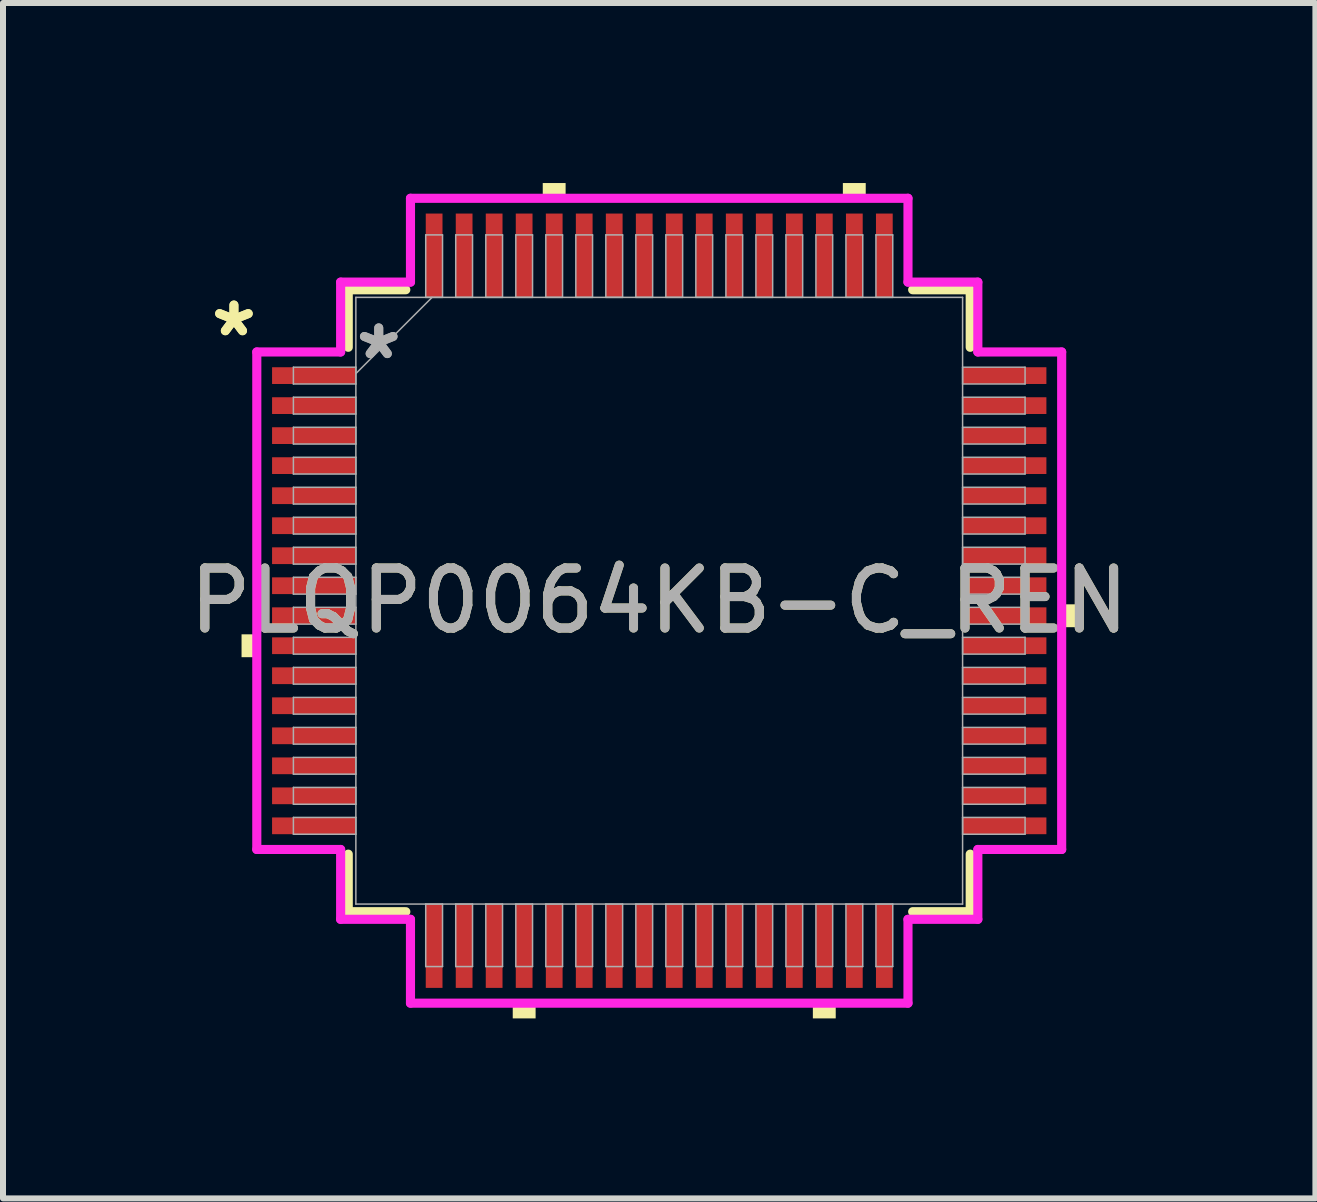
<source format=kicad_pcb>
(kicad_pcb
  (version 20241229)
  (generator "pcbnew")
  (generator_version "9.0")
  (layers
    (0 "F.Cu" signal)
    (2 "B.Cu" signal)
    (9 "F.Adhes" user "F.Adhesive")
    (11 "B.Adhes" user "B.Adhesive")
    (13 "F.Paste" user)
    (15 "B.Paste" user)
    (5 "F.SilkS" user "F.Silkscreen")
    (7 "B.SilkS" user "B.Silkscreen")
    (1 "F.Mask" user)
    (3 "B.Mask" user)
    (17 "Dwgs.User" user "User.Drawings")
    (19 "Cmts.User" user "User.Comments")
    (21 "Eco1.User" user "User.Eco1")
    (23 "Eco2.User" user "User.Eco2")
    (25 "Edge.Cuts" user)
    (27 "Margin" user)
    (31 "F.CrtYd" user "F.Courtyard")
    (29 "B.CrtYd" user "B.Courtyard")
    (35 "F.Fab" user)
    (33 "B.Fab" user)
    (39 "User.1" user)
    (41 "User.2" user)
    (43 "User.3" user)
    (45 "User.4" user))
  (footprint "PLQP0064KB-C_REN"
    (layer "F.Cu")
    (at 7.935 6.96)
    (property "Reference" "PLQP0064KB-C_REN" (at 0 0 0) (unlocked yes) (layer "F.SilkS") (effects (font (size 1 1) (thickness 0.15))))
    (attr smd)
    (fp_line (start -5.182 -5.182) (end -5.182 -4.223) (stroke (width 0.152) (type solid)) (layer "F.SilkS"))
    (fp_line (start -5.182 4.223) (end -5.182 5.182) (stroke (width 0.152) (type solid)) (layer "F.SilkS"))
    (fp_line (start -5.182 5.182) (end -4.223 5.182) (stroke (width 0.152) (type solid)) (layer "F.SilkS"))
    (fp_line (start -4.223 -5.182) (end -5.182 -5.182) (stroke (width 0.152) (type solid)) (layer "F.SilkS"))
    (fp_line (start 4.223 5.182) (end 5.182 5.182) (stroke (width 0.152) (type solid)) (layer "F.SilkS"))
    (fp_line (start 5.182 -5.182) (end 4.223 -5.182) (stroke (width 0.152) (type solid)) (layer "F.SilkS"))
    (fp_line (start 5.182 -4.223) (end 5.182 -5.182) (stroke (width 0.152) (type solid)) (layer "F.SilkS"))
    (fp_line (start 5.182 5.182) (end 5.182 4.223) (stroke (width 0.152) (type solid)) (layer "F.SilkS"))
    (fp_poly (pts (xy -6.96 0.56) (xy -6.96 0.941) (xy -6.706 0.941) (xy -6.706 0.56)) (stroke (width 0) (type solid)) (fill yes) (layer "F.SilkS"))
    (fp_poly (pts (xy -2.441 6.706) (xy -2.441 6.96) (xy -2.06 6.96) (xy -2.06 6.706)) (stroke (width 0) (type solid)) (fill yes) (layer "F.SilkS"))
    (fp_poly (pts (xy -1.941 -6.706) (xy -1.941 -6.96) (xy -1.56 -6.96) (xy -1.56 -6.706)) (stroke (width 0) (type solid)) (fill yes) (layer "F.SilkS"))
    (fp_poly (pts (xy 2.56 6.706) (xy 2.56 6.96) (xy 2.941 6.96) (xy 2.941 6.706)) (stroke (width 0) (type solid)) (fill yes) (layer "F.SilkS"))
    (fp_poly (pts (xy 3.06 -6.706) (xy 3.06 -6.96) (xy 3.441 -6.96) (xy 3.441 -6.706)) (stroke (width 0) (type solid)) (fill yes) (layer "F.SilkS"))
    (fp_poly (pts (xy 6.96 0.06) (xy 6.96 0.441) (xy 6.706 0.441) (xy 6.706 0.06)) (stroke (width 0) (type solid)) (fill yes) (layer "F.SilkS"))
    (fp_line (start -6.706 -4.145) (end -5.309 -4.145) (stroke (width 0.152) (type solid)) (layer "F.CrtYd"))
    (fp_line (start -6.706 4.145) (end -6.706 -4.145) (stroke (width 0.152) (type solid)) (layer "F.CrtYd"))
    (fp_line (start -5.309 -5.309) (end -4.145 -5.309) (stroke (width 0.152) (type solid)) (layer "F.CrtYd"))
    (fp_line (start -5.309 -4.145) (end -5.309 -5.309) (stroke (width 0.152) (type solid)) (layer "F.CrtYd"))
    (fp_line (start -5.309 4.145) (end -6.706 4.145) (stroke (width 0.152) (type solid)) (layer "F.CrtYd"))
    (fp_line (start -5.309 5.309) (end -5.309 4.145) (stroke (width 0.152) (type solid)) (layer "F.CrtYd"))
    (fp_line (start -5.309 5.309) (end -4.145 5.309) (stroke (width 0.152) (type solid)) (layer "F.CrtYd"))
    (fp_line (start -4.145 -6.706) (end 4.145 -6.706) (stroke (width 0.152) (type solid)) (layer "F.CrtYd"))
    (fp_line (start -4.145 -5.309) (end -4.145 -6.706) (stroke (width 0.152) (type solid)) (layer "F.CrtYd"))
    (fp_line (start -4.145 5.309) (end -4.145 6.706) (stroke (width 0.152) (type solid)) (layer "F.CrtYd"))
    (fp_line (start -4.145 6.706) (end 4.145 6.706) (stroke (width 0.152) (type solid)) (layer "F.CrtYd"))
    (fp_line (start 4.145 -6.706) (end 4.145 -5.309) (stroke (width 0.152) (type solid)) (layer "F.CrtYd"))
    (fp_line (start 4.145 -5.309) (end 5.309 -5.309) (stroke (width 0.152) (type solid)) (layer "F.CrtYd"))
    (fp_line (start 4.145 5.309) (end 5.309 5.309) (stroke (width 0.152) (type solid)) (layer "F.CrtYd"))
    (fp_line (start 4.145 6.706) (end 4.145 5.309) (stroke (width 0.152) (type solid)) (layer "F.CrtYd"))
    (fp_line (start 5.309 -4.145) (end 5.309 -5.309) (stroke (width 0.152) (type solid)) (layer "F.CrtYd"))
    (fp_line (start 5.309 4.145) (end 6.706 4.145) (stroke (width 0.152) (type solid)) (layer "F.CrtYd"))
    (fp_line (start 5.309 5.309) (end 5.309 4.145) (stroke (width 0.152) (type solid)) (layer "F.CrtYd"))
    (fp_line (start 6.706 -4.145) (end 5.309 -4.145) (stroke (width 0.152) (type solid)) (layer "F.CrtYd"))
    (fp_line (start 6.706 4.145) (end 6.706 -4.145) (stroke (width 0.152) (type solid)) (layer "F.CrtYd"))
    (fp_line (start -6.096 -3.891) (end -6.096 -3.611) (stroke (width 0.025) (type solid)) (layer "F.Fab"))
    (fp_line (start -6.096 -3.611) (end -5.055 -3.611) (stroke (width 0.025) (type solid)) (layer "F.Fab"))
    (fp_line (start -6.096 -3.391) (end -6.096 -3.111) (stroke (width 0.025) (type solid)) (layer "F.Fab"))
    (fp_line (start -6.096 -3.111) (end -5.055 -3.111) (stroke (width 0.025) (type solid)) (layer "F.Fab"))
    (fp_line (start -6.096 -2.89) (end -6.096 -2.611) (stroke (width 0.025) (type solid)) (layer "F.Fab"))
    (fp_line (start -6.096 -2.611) (end -5.055 -2.611) (stroke (width 0.025) (type solid)) (layer "F.Fab"))
    (fp_line (start -6.096 -2.39) (end -6.096 -2.111) (stroke (width 0.025) (type solid)) (layer "F.Fab"))
    (fp_line (start -6.096 -2.111) (end -5.055 -2.111) (stroke (width 0.025) (type solid)) (layer "F.Fab"))
    (fp_line (start -6.096 -1.89) (end -6.096 -1.611) (stroke (width 0.025) (type solid)) (layer "F.Fab"))
    (fp_line (start -6.096 -1.611) (end -5.055 -1.611) (stroke (width 0.025) (type solid)) (layer "F.Fab"))
    (fp_line (start -6.096 -1.39) (end -6.096 -1.111) (stroke (width 0.025) (type solid)) (layer "F.Fab"))
    (fp_line (start -6.096 -1.111) (end -5.055 -1.111) (stroke (width 0.025) (type solid)) (layer "F.Fab"))
    (fp_line (start -6.096 -0.89) (end -6.096 -0.61) (stroke (width 0.025) (type solid)) (layer "F.Fab"))
    (fp_line (start -6.096 -0.61) (end -5.055 -0.61) (stroke (width 0.025) (type solid)) (layer "F.Fab"))
    (fp_line (start -6.096 -0.39) (end -6.096 -0.11) (stroke (width 0.025) (type solid)) (layer "F.Fab"))
    (fp_line (start -6.096 -0.11) (end -5.055 -0.11) (stroke (width 0.025) (type solid)) (layer "F.Fab"))
    (fp_line (start -6.096 0.11) (end -6.096 0.39) (stroke (width 0.025) (type solid)) (layer "F.Fab"))
    (fp_line (start -6.096 0.39) (end -5.055 0.39) (stroke (width 0.025) (type solid)) (layer "F.Fab"))
    (fp_line (start -6.096 0.61) (end -6.096 0.89) (stroke (width 0.025) (type solid)) (layer "F.Fab"))
    (fp_line (start -6.096 0.89) (end -5.055 0.89) (stroke (width 0.025) (type solid)) (layer "F.Fab"))
    (fp_line (start -6.096 1.111) (end -6.096 1.39) (stroke (width 0.025) (type solid)) (layer "F.Fab"))
    (fp_line (start -6.096 1.39) (end -5.055 1.39) (stroke (width 0.025) (type solid)) (layer "F.Fab"))
    (fp_line (start -6.096 1.611) (end -6.096 1.89) (stroke (width 0.025) (type solid)) (layer "F.Fab"))
    (fp_line (start -6.096 1.89) (end -5.055 1.89) (stroke (width 0.025) (type solid)) (layer "F.Fab"))
    (fp_line (start -6.096 2.111) (end -6.096 2.39) (stroke (width 0.025) (type solid)) (layer "F.Fab"))
    (fp_line (start -6.096 2.39) (end -5.055 2.39) (stroke (width 0.025) (type solid)) (layer "F.Fab"))
    (fp_line (start -6.096 2.611) (end -6.096 2.89) (stroke (width 0.025) (type solid)) (layer "F.Fab"))
    (fp_line (start -6.096 2.89) (end -5.055 2.89) (stroke (width 0.025) (type solid)) (layer "F.Fab"))
    (fp_line (start -6.096 3.111) (end -6.096 3.391) (stroke (width 0.025) (type solid)) (layer "F.Fab"))
    (fp_line (start -6.096 3.391) (end -5.055 3.391) (stroke (width 0.025) (type solid)) (layer "F.Fab"))
    (fp_line (start -6.096 3.611) (end -6.096 3.891) (stroke (width 0.025) (type solid)) (layer "F.Fab"))
    (fp_line (start -6.096 3.891) (end -5.055 3.891) (stroke (width 0.025) (type solid)) (layer "F.Fab"))
    (fp_line (start -5.055 -5.055) (end -5.055 5.055) (stroke (width 0.025) (type solid)) (layer "F.Fab"))
    (fp_line (start -5.055 -3.891) (end -6.096 -3.891) (stroke (width 0.025) (type solid)) (layer "F.Fab"))
    (fp_line (start -5.055 -3.785) (end -3.785 -5.055) (stroke (width 0.025) (type solid)) (layer "F.Fab"))
    (fp_line (start -5.055 -3.611) (end -5.055 -3.891) (stroke (width 0.025) (type solid)) (layer "F.Fab"))
    (fp_line (start -5.055 -3.391) (end -6.096 -3.391) (stroke (width 0.025) (type solid)) (layer "F.Fab"))
    (fp_line (start -5.055 -3.111) (end -5.055 -3.391) (stroke (width 0.025) (type solid)) (layer "F.Fab"))
    (fp_line (start -5.055 -2.89) (end -6.096 -2.89) (stroke (width 0.025) (type solid)) (layer "F.Fab"))
    (fp_line (start -5.055 -2.611) (end -5.055 -2.89) (stroke (width 0.025) (type solid)) (layer "F.Fab"))
    (fp_line (start -5.055 -2.39) (end -6.096 -2.39) (stroke (width 0.025) (type solid)) (layer "F.Fab"))
    (fp_line (start -5.055 -2.111) (end -5.055 -2.39) (stroke (width 0.025) (type solid)) (layer "F.Fab"))
    (fp_line (start -5.055 -1.89) (end -6.096 -1.89) (stroke (width 0.025) (type solid)) (layer "F.Fab"))
    (fp_line (start -5.055 -1.611) (end -5.055 -1.89) (stroke (width 0.025) (type solid)) (layer "F.Fab"))
    (fp_line (start -5.055 -1.39) (end -6.096 -1.39) (stroke (width 0.025) (type solid)) (layer "F.Fab"))
    (fp_line (start -5.055 -1.111) (end -5.055 -1.39) (stroke (width 0.025) (type solid)) (layer "F.Fab"))
    (fp_line (start -5.055 -0.89) (end -6.096 -0.89) (stroke (width 0.025) (type solid)) (layer "F.Fab"))
    (fp_line (start -5.055 -0.61) (end -5.055 -0.89) (stroke (width 0.025) (type solid)) (layer "F.Fab"))
    (fp_line (start -5.055 -0.39) (end -6.096 -0.39) (stroke (width 0.025) (type solid)) (layer "F.Fab"))
    (fp_line (start -5.055 -0.11) (end -5.055 -0.39) (stroke (width 0.025) (type solid)) (layer "F.Fab"))
    (fp_line (start -5.055 0.11) (end -6.096 0.11) (stroke (width 0.025) (type solid)) (layer "F.Fab"))
    (fp_line (start -5.055 0.39) (end -5.055 0.11) (stroke (width 0.025) (type solid)) (layer "F.Fab"))
    (fp_line (start -5.055 0.61) (end -6.096 0.61) (stroke (width 0.025) (type solid)) (layer "F.Fab"))
    (fp_line (start -5.055 0.89) (end -5.055 0.61) (stroke (width 0.025) (type solid)) (layer "F.Fab"))
    (fp_line (start -5.055 1.111) (end -6.096 1.111) (stroke (width 0.025) (type solid)) (layer "F.Fab"))
    (fp_line (start -5.055 1.39) (end -5.055 1.111) (stroke (width 0.025) (type solid)) (layer "F.Fab"))
    (fp_line (start -5.055 1.611) (end -6.096 1.611) (stroke (width 0.025) (type solid)) (layer "F.Fab"))
    (fp_line (start -5.055 1.89) (end -5.055 1.611) (stroke (width 0.025) (type solid)) (layer "F.Fab"))
    (fp_line (start -5.055 2.111) (end -6.096 2.111) (stroke (width 0.025) (type solid)) (layer "F.Fab"))
    (fp_line (start -5.055 2.39) (end -5.055 2.111) (stroke (width 0.025) (type solid)) (layer "F.Fab"))
    (fp_line (start -5.055 2.611) (end -6.096 2.611) (stroke (width 0.025) (type solid)) (layer "F.Fab"))
    (fp_line (start -5.055 2.89) (end -5.055 2.611) (stroke (width 0.025) (type solid)) (layer "F.Fab"))
    (fp_line (start -5.055 3.111) (end -6.096 3.111) (stroke (width 0.025) (type solid)) (layer "F.Fab"))
    (fp_line (start -5.055 3.391) (end -5.055 3.111) (stroke (width 0.025) (type solid)) (layer "F.Fab"))
    (fp_line (start -5.055 3.611) (end -6.096 3.611) (stroke (width 0.025) (type solid)) (layer "F.Fab"))
    (fp_line (start -5.055 3.891) (end -5.055 3.611) (stroke (width 0.025) (type solid)) (layer "F.Fab"))
    (fp_line (start -5.055 5.055) (end 5.055 5.055) (stroke (width 0.025) (type solid)) (layer "F.Fab"))
    (fp_line (start -3.891 -6.096) (end -3.891 -5.055) (stroke (width 0.025) (type solid)) (layer "F.Fab"))
    (fp_line (start -3.891 -5.055) (end -3.611 -5.055) (stroke (width 0.025) (type solid)) (layer "F.Fab"))
    (fp_line (start -3.891 5.055) (end -3.891 6.096) (stroke (width 0.025) (type solid)) (layer "F.Fab"))
    (fp_line (start -3.891 6.096) (end -3.611 6.096) (stroke (width 0.025) (type solid)) (layer "F.Fab"))
    (fp_line (start -3.611 -6.096) (end -3.891 -6.096) (stroke (width 0.025) (type solid)) (layer "F.Fab"))
    (fp_line (start -3.611 -5.055) (end -3.611 -6.096) (stroke (width 0.025) (type solid)) (layer "F.Fab"))
    (fp_line (start -3.611 5.055) (end -3.891 5.055) (stroke (width 0.025) (type solid)) (layer "F.Fab"))
    (fp_line (start -3.611 6.096) (end -3.611 5.055) (stroke (width 0.025) (type solid)) (layer "F.Fab"))
    (fp_line (start -3.391 -6.096) (end -3.391 -5.055) (stroke (width 0.025) (type solid)) (layer "F.Fab"))
    (fp_line (start -3.391 -5.055) (end -3.111 -5.055) (stroke (width 0.025) (type solid)) (layer "F.Fab"))
    (fp_line (start -3.391 5.055) (end -3.391 6.096) (stroke (width 0.025) (type solid)) (layer "F.Fab"))
    (fp_line (start -3.391 6.096) (end -3.111 6.096) (stroke (width 0.025) (type solid)) (layer "F.Fab"))
    (fp_line (start -3.111 -6.096) (end -3.391 -6.096) (stroke (width 0.025) (type solid)) (layer "F.Fab"))
    (fp_line (start -3.111 -5.055) (end -3.111 -6.096) (stroke (width 0.025) (type solid)) (layer "F.Fab"))
    (fp_line (start -3.111 5.055) (end -3.391 5.055) (stroke (width 0.025) (type solid)) (layer "F.Fab"))
    (fp_line (start -3.111 6.096) (end -3.111 5.055) (stroke (width 0.025) (type solid)) (layer "F.Fab"))
    (fp_line (start -2.89 -6.096) (end -2.89 -5.055) (stroke (width 0.025) (type solid)) (layer "F.Fab"))
    (fp_line (start -2.89 -5.055) (end -2.611 -5.055) (stroke (width 0.025) (type solid)) (layer "F.Fab"))
    (fp_line (start -2.89 5.055) (end -2.89 6.096) (stroke (width 0.025) (type solid)) (layer "F.Fab"))
    (fp_line (start -2.89 6.096) (end -2.611 6.096) (stroke (width 0.025) (type solid)) (layer "F.Fab"))
    (fp_line (start -2.611 -6.096) (end -2.89 -6.096) (stroke (width 0.025) (type solid)) (layer "F.Fab"))
    (fp_line (start -2.611 -5.055) (end -2.611 -6.096) (stroke (width 0.025) (type solid)) (layer "F.Fab"))
    (fp_line (start -2.611 5.055) (end -2.89 5.055) (stroke (width 0.025) (type solid)) (layer "F.Fab"))
    (fp_line (start -2.611 6.096) (end -2.611 5.055) (stroke (width 0.025) (type solid)) (layer "F.Fab"))
    (fp_line (start -2.39 -6.096) (end -2.39 -5.055) (stroke (width 0.025) (type solid)) (layer "F.Fab"))
    (fp_line (start -2.39 -5.055) (end -2.111 -5.055) (stroke (width 0.025) (type solid)) (layer "F.Fab"))
    (fp_line (start -2.39 5.055) (end -2.39 6.096) (stroke (width 0.025) (type solid)) (layer "F.Fab"))
    (fp_line (start -2.39 6.096) (end -2.111 6.096) (stroke (width 0.025) (type solid)) (layer "F.Fab"))
    (fp_line (start -2.111 -6.096) (end -2.39 -6.096) (stroke (width 0.025) (type solid)) (layer "F.Fab"))
    (fp_line (start -2.111 -5.055) (end -2.111 -6.096) (stroke (width 0.025) (type solid)) (layer "F.Fab"))
    (fp_line (start -2.111 5.055) (end -2.39 5.055) (stroke (width 0.025) (type solid)) (layer "F.Fab"))
    (fp_line (start -2.111 6.096) (end -2.111 5.055) (stroke (width 0.025) (type solid)) (layer "F.Fab"))
    (fp_line (start -1.89 -6.096) (end -1.89 -5.055) (stroke (width 0.025) (type solid)) (layer "F.Fab"))
    (fp_line (start -1.89 -5.055) (end -1.611 -5.055) (stroke (width 0.025) (type solid)) (layer "F.Fab"))
    (fp_line (start -1.89 5.055) (end -1.89 6.096) (stroke (width 0.025) (type solid)) (layer "F.Fab"))
    (fp_line (start -1.89 6.096) (end -1.611 6.096) (stroke (width 0.025) (type solid)) (layer "F.Fab"))
    (fp_line (start -1.611 -6.096) (end -1.89 -6.096) (stroke (width 0.025) (type solid)) (layer "F.Fab"))
    (fp_line (start -1.611 -5.055) (end -1.611 -6.096) (stroke (width 0.025) (type solid)) (layer "F.Fab"))
    (fp_line (start -1.611 5.055) (end -1.89 5.055) (stroke (width 0.025) (type solid)) (layer "F.Fab"))
    (fp_line (start -1.611 6.096) (end -1.611 5.055) (stroke (width 0.025) (type solid)) (layer "F.Fab"))
    (fp_line (start -1.39 -6.096) (end -1.39 -5.055) (stroke (width 0.025) (type solid)) (layer "F.Fab"))
    (fp_line (start -1.39 -5.055) (end -1.111 -5.055) (stroke (width 0.025) (type solid)) (layer "F.Fab"))
    (fp_line (start -1.39 5.055) (end -1.39 6.096) (stroke (width 0.025) (type solid)) (layer "F.Fab"))
    (fp_line (start -1.39 6.096) (end -1.111 6.096) (stroke (width 0.025) (type solid)) (layer "F.Fab"))
    (fp_line (start -1.111 -6.096) (end -1.39 -6.096) (stroke (width 0.025) (type solid)) (layer "F.Fab"))
    (fp_line (start -1.111 -5.055) (end -1.111 -6.096) (stroke (width 0.025) (type solid)) (layer "F.Fab"))
    (fp_line (start -1.111 5.055) (end -1.39 5.055) (stroke (width 0.025) (type solid)) (layer "F.Fab"))
    (fp_line (start -1.111 6.096) (end -1.111 5.055) (stroke (width 0.025) (type solid)) (layer "F.Fab"))
    (fp_line (start -0.89 -6.096) (end -0.89 -5.055) (stroke (width 0.025) (type solid)) (layer "F.Fab"))
    (fp_line (start -0.89 -5.055) (end -0.61 -5.055) (stroke (width 0.025) (type solid)) (layer "F.Fab"))
    (fp_line (start -0.89 5.055) (end -0.89 6.096) (stroke (width 0.025) (type solid)) (layer "F.Fab"))
    (fp_line (start -0.89 6.096) (end -0.61 6.096) (stroke (width 0.025) (type solid)) (layer "F.Fab"))
    (fp_line (start -0.61 -6.096) (end -0.89 -6.096) (stroke (width 0.025) (type solid)) (layer "F.Fab"))
    (fp_line (start -0.61 -5.055) (end -0.61 -6.096) (stroke (width 0.025) (type solid)) (layer "F.Fab"))
    (fp_line (start -0.61 5.055) (end -0.89 5.055) (stroke (width 0.025) (type solid)) (layer "F.Fab"))
    (fp_line (start -0.61 6.096) (end -0.61 5.055) (stroke (width 0.025) (type solid)) (layer "F.Fab"))
    (fp_line (start -0.39 -6.096) (end -0.39 -5.055) (stroke (width 0.025) (type solid)) (layer "F.Fab"))
    (fp_line (start -0.39 -5.055) (end -0.11 -5.055) (stroke (width 0.025) (type solid)) (layer "F.Fab"))
    (fp_line (start -0.39 5.055) (end -0.39 6.096) (stroke (width 0.025) (type solid)) (layer "F.Fab"))
    (fp_line (start -0.39 6.096) (end -0.11 6.096) (stroke (width 0.025) (type solid)) (layer "F.Fab"))
    (fp_line (start -0.11 -6.096) (end -0.39 -6.096) (stroke (width 0.025) (type solid)) (layer "F.Fab"))
    (fp_line (start -0.11 -5.055) (end -0.11 -6.096) (stroke (width 0.025) (type solid)) (layer "F.Fab"))
    (fp_line (start -0.11 5.055) (end -0.39 5.055) (stroke (width 0.025) (type solid)) (layer "F.Fab"))
    (fp_line (start -0.11 6.096) (end -0.11 5.055) (stroke (width 0.025) (type solid)) (layer "F.Fab"))
    (fp_line (start 0.11 -6.096) (end 0.11 -5.055) (stroke (width 0.025) (type solid)) (layer "F.Fab"))
    (fp_line (start 0.11 -5.055) (end 0.39 -5.055) (stroke (width 0.025) (type solid)) (layer "F.Fab"))
    (fp_line (start 0.11 5.055) (end 0.11 6.096) (stroke (width 0.025) (type solid)) (layer "F.Fab"))
    (fp_line (start 0.11 6.096) (end 0.39 6.096) (stroke (width 0.025) (type solid)) (layer "F.Fab"))
    (fp_line (start 0.39 -6.096) (end 0.11 -6.096) (stroke (width 0.025) (type solid)) (layer "F.Fab"))
    (fp_line (start 0.39 -5.055) (end 0.39 -6.096) (stroke (width 0.025) (type solid)) (layer "F.Fab"))
    (fp_line (start 0.39 5.055) (end 0.11 5.055) (stroke (width 0.025) (type solid)) (layer "F.Fab"))
    (fp_line (start 0.39 6.096) (end 0.39 5.055) (stroke (width 0.025) (type solid)) (layer "F.Fab"))
    (fp_line (start 0.61 -6.096) (end 0.61 -5.055) (stroke (width 0.025) (type solid)) (layer "F.Fab"))
    (fp_line (start 0.61 -5.055) (end 0.89 -5.055) (stroke (width 0.025) (type solid)) (layer "F.Fab"))
    (fp_line (start 0.61 5.055) (end 0.61 6.096) (stroke (width 0.025) (type solid)) (layer "F.Fab"))
    (fp_line (start 0.61 6.096) (end 0.89 6.096) (stroke (width 0.025) (type solid)) (layer "F.Fab"))
    (fp_line (start 0.89 -6.096) (end 0.61 -6.096) (stroke (width 0.025) (type solid)) (layer "F.Fab"))
    (fp_line (start 0.89 -5.055) (end 0.89 -6.096) (stroke (width 0.025) (type solid)) (layer "F.Fab"))
    (fp_line (start 0.89 5.055) (end 0.61 5.055) (stroke (width 0.025) (type solid)) (layer "F.Fab"))
    (fp_line (start 0.89 6.096) (end 0.89 5.055) (stroke (width 0.025) (type solid)) (layer "F.Fab"))
    (fp_line (start 1.111 -6.096) (end 1.111 -5.055) (stroke (width 0.025) (type solid)) (layer "F.Fab"))
    (fp_line (start 1.111 -5.055) (end 1.39 -5.055) (stroke (width 0.025) (type solid)) (layer "F.Fab"))
    (fp_line (start 1.111 5.055) (end 1.111 6.096) (stroke (width 0.025) (type solid)) (layer "F.Fab"))
    (fp_line (start 1.111 6.096) (end 1.39 6.096) (stroke (width 0.025) (type solid)) (layer "F.Fab"))
    (fp_line (start 1.39 -6.096) (end 1.111 -6.096) (stroke (width 0.025) (type solid)) (layer "F.Fab"))
    (fp_line (start 1.39 -5.055) (end 1.39 -6.096) (stroke (width 0.025) (type solid)) (layer "F.Fab"))
    (fp_line (start 1.39 5.055) (end 1.111 5.055) (stroke (width 0.025) (type solid)) (layer "F.Fab"))
    (fp_line (start 1.39 6.096) (end 1.39 5.055) (stroke (width 0.025) (type solid)) (layer "F.Fab"))
    (fp_line (start 1.611 -6.096) (end 1.611 -5.055) (stroke (width 0.025) (type solid)) (layer "F.Fab"))
    (fp_line (start 1.611 -5.055) (end 1.89 -5.055) (stroke (width 0.025) (type solid)) (layer "F.Fab"))
    (fp_line (start 1.611 5.055) (end 1.611 6.096) (stroke (width 0.025) (type solid)) (layer "F.Fab"))
    (fp_line (start 1.611 6.096) (end 1.89 6.096) (stroke (width 0.025) (type solid)) (layer "F.Fab"))
    (fp_line (start 1.89 -6.096) (end 1.611 -6.096) (stroke (width 0.025) (type solid)) (layer "F.Fab"))
    (fp_line (start 1.89 -5.055) (end 1.89 -6.096) (stroke (width 0.025) (type solid)) (layer "F.Fab"))
    (fp_line (start 1.89 5.055) (end 1.611 5.055) (stroke (width 0.025) (type solid)) (layer "F.Fab"))
    (fp_line (start 1.89 6.096) (end 1.89 5.055) (stroke (width 0.025) (type solid)) (layer "F.Fab"))
    (fp_line (start 2.111 -6.096) (end 2.111 -5.055) (stroke (width 0.025) (type solid)) (layer "F.Fab"))
    (fp_line (start 2.111 -5.055) (end 2.39 -5.055) (stroke (width 0.025) (type solid)) (layer "F.Fab"))
    (fp_line (start 2.111 5.055) (end 2.111 6.096) (stroke (width 0.025) (type solid)) (layer "F.Fab"))
    (fp_line (start 2.111 6.096) (end 2.39 6.096) (stroke (width 0.025) (type solid)) (layer "F.Fab"))
    (fp_line (start 2.39 -6.096) (end 2.111 -6.096) (stroke (width 0.025) (type solid)) (layer "F.Fab"))
    (fp_line (start 2.39 -5.055) (end 2.39 -6.096) (stroke (width 0.025) (type solid)) (layer "F.Fab"))
    (fp_line (start 2.39 5.055) (end 2.111 5.055) (stroke (width 0.025) (type solid)) (layer "F.Fab"))
    (fp_line (start 2.39 6.096) (end 2.39 5.055) (stroke (width 0.025) (type solid)) (layer "F.Fab"))
    (fp_line (start 2.611 -6.096) (end 2.611 -5.055) (stroke (width 0.025) (type solid)) (layer "F.Fab"))
    (fp_line (start 2.611 -5.055) (end 2.89 -5.055) (stroke (width 0.025) (type solid)) (layer "F.Fab"))
    (fp_line (start 2.611 5.055) (end 2.611 6.096) (stroke (width 0.025) (type solid)) (layer "F.Fab"))
    (fp_line (start 2.611 6.096) (end 2.89 6.096) (stroke (width 0.025) (type solid)) (layer "F.Fab"))
    (fp_line (start 2.89 -6.096) (end 2.611 -6.096) (stroke (width 0.025) (type solid)) (layer "F.Fab"))
    (fp_line (start 2.89 -5.055) (end 2.89 -6.096) (stroke (width 0.025) (type solid)) (layer "F.Fab"))
    (fp_line (start 2.89 5.055) (end 2.611 5.055) (stroke (width 0.025) (type solid)) (layer "F.Fab"))
    (fp_line (start 2.89 6.096) (end 2.89 5.055) (stroke (width 0.025) (type solid)) (layer "F.Fab"))
    (fp_line (start 3.111 -6.096) (end 3.111 -5.055) (stroke (width 0.025) (type solid)) (layer "F.Fab"))
    (fp_line (start 3.111 -5.055) (end 3.391 -5.055) (stroke (width 0.025) (type solid)) (layer "F.Fab"))
    (fp_line (start 3.111 5.055) (end 3.111 6.096) (stroke (width 0.025) (type solid)) (layer "F.Fab"))
    (fp_line (start 3.111 6.096) (end 3.391 6.096) (stroke (width 0.025) (type solid)) (layer "F.Fab"))
    (fp_line (start 3.391 -6.096) (end 3.111 -6.096) (stroke (width 0.025) (type solid)) (layer "F.Fab"))
    (fp_line (start 3.391 -5.055) (end 3.391 -6.096) (stroke (width 0.025) (type solid)) (layer "F.Fab"))
    (fp_line (start 3.391 5.055) (end 3.111 5.055) (stroke (width 0.025) (type solid)) (layer "F.Fab"))
    (fp_line (start 3.391 6.096) (end 3.391 5.055) (stroke (width 0.025) (type solid)) (layer "F.Fab"))
    (fp_line (start 3.611 -6.096) (end 3.611 -5.055) (stroke (width 0.025) (type solid)) (layer "F.Fab"))
    (fp_line (start 3.611 -5.055) (end 3.891 -5.055) (stroke (width 0.025) (type solid)) (layer "F.Fab"))
    (fp_line (start 3.611 5.055) (end 3.611 6.096) (stroke (width 0.025) (type solid)) (layer "F.Fab"))
    (fp_line (start 3.611 6.096) (end 3.891 6.096) (stroke (width 0.025) (type solid)) (layer "F.Fab"))
    (fp_line (start 3.891 -6.096) (end 3.611 -6.096) (stroke (width 0.025) (type solid)) (layer "F.Fab"))
    (fp_line (start 3.891 -5.055) (end 3.891 -6.096) (stroke (width 0.025) (type solid)) (layer "F.Fab"))
    (fp_line (start 3.891 5.055) (end 3.611 5.055) (stroke (width 0.025) (type solid)) (layer "F.Fab"))
    (fp_line (start 3.891 6.096) (end 3.891 5.055) (stroke (width 0.025) (type solid)) (layer "F.Fab"))
    (fp_line (start 5.055 -5.055) (end -5.055 -5.055) (stroke (width 0.025) (type solid)) (layer "F.Fab"))
    (fp_line (start 5.055 -3.891) (end 5.055 -3.611) (stroke (width 0.025) (type solid)) (layer "F.Fab"))
    (fp_line (start 5.055 -3.611) (end 6.096 -3.611) (stroke (width 0.025) (type solid)) (layer "F.Fab"))
    (fp_line (start 5.055 -3.391) (end 5.055 -3.111) (stroke (width 0.025) (type solid)) (layer "F.Fab"))
    (fp_line (start 5.055 -3.111) (end 6.096 -3.111) (stroke (width 0.025) (type solid)) (layer "F.Fab"))
    (fp_line (start 5.055 -2.89) (end 5.055 -2.611) (stroke (width 0.025) (type solid)) (layer "F.Fab"))
    (fp_line (start 5.055 -2.611) (end 6.096 -2.611) (stroke (width 0.025) (type solid)) (layer "F.Fab"))
    (fp_line (start 5.055 -2.39) (end 5.055 -2.111) (stroke (width 0.025) (type solid)) (layer "F.Fab"))
    (fp_line (start 5.055 -2.111) (end 6.096 -2.111) (stroke (width 0.025) (type solid)) (layer "F.Fab"))
    (fp_line (start 5.055 -1.89) (end 5.055 -1.611) (stroke (width 0.025) (type solid)) (layer "F.Fab"))
    (fp_line (start 5.055 -1.611) (end 6.096 -1.611) (stroke (width 0.025) (type solid)) (layer "F.Fab"))
    (fp_line (start 5.055 -1.39) (end 5.055 -1.111) (stroke (width 0.025) (type solid)) (layer "F.Fab"))
    (fp_line (start 5.055 -1.111) (end 6.096 -1.111) (stroke (width 0.025) (type solid)) (layer "F.Fab"))
    (fp_line (start 5.055 -0.89) (end 5.055 -0.61) (stroke (width 0.025) (type solid)) (layer "F.Fab"))
    (fp_line (start 5.055 -0.61) (end 6.096 -0.61) (stroke (width 0.025) (type solid)) (layer "F.Fab"))
    (fp_line (start 5.055 -0.39) (end 5.055 -0.11) (stroke (width 0.025) (type solid)) (layer "F.Fab"))
    (fp_line (start 5.055 -0.11) (end 6.096 -0.11) (stroke (width 0.025) (type solid)) (layer "F.Fab"))
    (fp_line (start 5.055 0.11) (end 5.055 0.39) (stroke (width 0.025) (type solid)) (layer "F.Fab"))
    (fp_line (start 5.055 0.39) (end 6.096 0.39) (stroke (width 0.025) (type solid)) (layer "F.Fab"))
    (fp_line (start 5.055 0.61) (end 5.055 0.89) (stroke (width 0.025) (type solid)) (layer "F.Fab"))
    (fp_line (start 5.055 0.89) (end 6.096 0.89) (stroke (width 0.025) (type solid)) (layer "F.Fab"))
    (fp_line (start 5.055 1.111) (end 5.055 1.39) (stroke (width 0.025) (type solid)) (layer "F.Fab"))
    (fp_line (start 5.055 1.39) (end 6.096 1.39) (stroke (width 0.025) (type solid)) (layer "F.Fab"))
    (fp_line (start 5.055 1.611) (end 5.055 1.89) (stroke (width 0.025) (type solid)) (layer "F.Fab"))
    (fp_line (start 5.055 1.89) (end 6.096 1.89) (stroke (width 0.025) (type solid)) (layer "F.Fab"))
    (fp_line (start 5.055 2.111) (end 5.055 2.39) (stroke (width 0.025) (type solid)) (layer "F.Fab"))
    (fp_line (start 5.055 2.39) (end 6.096 2.39) (stroke (width 0.025) (type solid)) (layer "F.Fab"))
    (fp_line (start 5.055 2.611) (end 5.055 2.89) (stroke (width 0.025) (type solid)) (layer "F.Fab"))
    (fp_line (start 5.055 2.89) (end 6.096 2.89) (stroke (width 0.025) (type solid)) (layer "F.Fab"))
    (fp_line (start 5.055 3.111) (end 5.055 3.391) (stroke (width 0.025) (type solid)) (layer "F.Fab"))
    (fp_line (start 5.055 3.391) (end 6.096 3.391) (stroke (width 0.025) (type solid)) (layer "F.Fab"))
    (fp_line (start 5.055 3.611) (end 5.055 3.891) (stroke (width 0.025) (type solid)) (layer "F.Fab"))
    (fp_line (start 5.055 3.891) (end 6.096 3.891) (stroke (width 0.025) (type solid)) (layer "F.Fab"))
    (fp_line (start 5.055 5.055) (end 5.055 -5.055) (stroke (width 0.025) (type solid)) (layer "F.Fab"))
    (fp_line (start 6.096 -3.891) (end 5.055 -3.891) (stroke (width 0.025) (type solid)) (layer "F.Fab"))
    (fp_line (start 6.096 -3.611) (end 6.096 -3.891) (stroke (width 0.025) (type solid)) (layer "F.Fab"))
    (fp_line (start 6.096 -3.391) (end 5.055 -3.391) (stroke (width 0.025) (type solid)) (layer "F.Fab"))
    (fp_line (start 6.096 -3.111) (end 6.096 -3.391) (stroke (width 0.025) (type solid)) (layer "F.Fab"))
    (fp_line (start 6.096 -2.89) (end 5.055 -2.89) (stroke (width 0.025) (type solid)) (layer "F.Fab"))
    (fp_line (start 6.096 -2.611) (end 6.096 -2.89) (stroke (width 0.025) (type solid)) (layer "F.Fab"))
    (fp_line (start 6.096 -2.39) (end 5.055 -2.39) (stroke (width 0.025) (type solid)) (layer "F.Fab"))
    (fp_line (start 6.096 -2.111) (end 6.096 -2.39) (stroke (width 0.025) (type solid)) (layer "F.Fab"))
    (fp_line (start 6.096 -1.89) (end 5.055 -1.89) (stroke (width 0.025) (type solid)) (layer "F.Fab"))
    (fp_line (start 6.096 -1.611) (end 6.096 -1.89) (stroke (width 0.025) (type solid)) (layer "F.Fab"))
    (fp_line (start 6.096 -1.39) (end 5.055 -1.39) (stroke (width 0.025) (type solid)) (layer "F.Fab"))
    (fp_line (start 6.096 -1.111) (end 6.096 -1.39) (stroke (width 0.025) (type solid)) (layer "F.Fab"))
    (fp_line (start 6.096 -0.89) (end 5.055 -0.89) (stroke (width 0.025) (type solid)) (layer "F.Fab"))
    (fp_line (start 6.096 -0.61) (end 6.096 -0.89) (stroke (width 0.025) (type solid)) (layer "F.Fab"))
    (fp_line (start 6.096 -0.39) (end 5.055 -0.39) (stroke (width 0.025) (type solid)) (layer "F.Fab"))
    (fp_line (start 6.096 -0.11) (end 6.096 -0.39) (stroke (width 0.025) (type solid)) (layer "F.Fab"))
    (fp_line (start 6.096 0.11) (end 5.055 0.11) (stroke (width 0.025) (type solid)) (layer "F.Fab"))
    (fp_line (start 6.096 0.39) (end 6.096 0.11) (stroke (width 0.025) (type solid)) (layer "F.Fab"))
    (fp_line (start 6.096 0.61) (end 5.055 0.61) (stroke (width 0.025) (type solid)) (layer "F.Fab"))
    (fp_line (start 6.096 0.89) (end 6.096 0.61) (stroke (width 0.025) (type solid)) (layer "F.Fab"))
    (fp_line (start 6.096 1.111) (end 5.055 1.111) (stroke (width 0.025) (type solid)) (layer "F.Fab"))
    (fp_line (start 6.096 1.39) (end 6.096 1.111) (stroke (width 0.025) (type solid)) (layer "F.Fab"))
    (fp_line (start 6.096 1.611) (end 5.055 1.611) (stroke (width 0.025) (type solid)) (layer "F.Fab"))
    (fp_line (start 6.096 1.89) (end 6.096 1.611) (stroke (width 0.025) (type solid)) (layer "F.Fab"))
    (fp_line (start 6.096 2.111) (end 5.055 2.111) (stroke (width 0.025) (type solid)) (layer "F.Fab"))
    (fp_line (start 6.096 2.39) (end 6.096 2.111) (stroke (width 0.025) (type solid)) (layer "F.Fab"))
    (fp_line (start 6.096 2.611) (end 5.055 2.611) (stroke (width 0.025) (type solid)) (layer "F.Fab"))
    (fp_line (start 6.096 2.89) (end 6.096 2.611) (stroke (width 0.025) (type solid)) (layer "F.Fab"))
    (fp_line (start 6.096 3.111) (end 5.055 3.111) (stroke (width 0.025) (type solid)) (layer "F.Fab"))
    (fp_line (start 6.096 3.391) (end 6.096 3.111) (stroke (width 0.025) (type solid)) (layer "F.Fab"))
    (fp_line (start 6.096 3.611) (end 5.055 3.611) (stroke (width 0.025) (type solid)) (layer "F.Fab"))
    (fp_line (start 6.096 3.891) (end 6.096 3.611) (stroke (width 0.025) (type solid)) (layer "F.Fab"))
    (fp_text user "*" (at -7.087 -4.382 0) (unlocked yes) (layer "F.SilkS") (effects (font (size 1 1) (thickness 0.15))))
    (fp_text user "*" (at -7.087 -4.382 0) (layer "F.SilkS") (effects (font (size 1 1) (thickness 0.15))))
    (fp_text user "*" (at -4.674 -4.001 0) (unlocked yes) (layer "F.Fab") (effects (font (size 1 1) (thickness 0.15))))
    (fp_text user "${REFERENCE}" (at 0 0 0) (unlocked yes) (layer "F.Fab") (effects (font (size 1 1) (thickness 0.15))))
    (fp_text user "*" (at -4.674 -4.001 0) (layer "F.Fab") (effects (font (size 1 1) (thickness 0.15))))
    (pad "1" smd rect (at -5.753 -3.751 90) (size 0.279 1.397) (layers "F.Cu" "F.Mask" "F.Paste"))
    (pad "2" smd rect (at -5.753 -3.251 90) (size 0.279 1.397) (layers "F.Cu" "F.Mask" "F.Paste"))
    (pad "3" smd rect (at -5.753 -2.751 90) (size 0.279 1.397) (layers "F.Cu" "F.Mask" "F.Paste"))
    (pad "4" smd rect (at -5.753 -2.251 90) (size 0.279 1.397) (layers "F.Cu" "F.Mask" "F.Paste"))
    (pad "5" smd rect (at -5.753 -1.75 90) (size 0.279 1.397) (layers "F.Cu" "F.Mask" "F.Paste"))
    (pad "6" smd rect (at -5.753 -1.25 90) (size 0.279 1.397) (layers "F.Cu" "F.Mask" "F.Paste"))
    (pad "7" smd rect (at -5.753 -0.75 90) (size 0.279 1.397) (layers "F.Cu" "F.Mask" "F.Paste"))
    (pad "8" smd rect (at -5.753 -0.25 90) (size 0.279 1.397) (layers "F.Cu" "F.Mask" "F.Paste"))
    (pad "9" smd rect (at -5.753 0.25 90) (size 0.279 1.397) (layers "F.Cu" "F.Mask" "F.Paste"))
    (pad "10" smd rect (at -5.753 0.75 90) (size 0.279 1.397) (layers "F.Cu" "F.Mask" "F.Paste"))
    (pad "11" smd rect (at -5.753 1.25 90) (size 0.279 1.397) (layers "F.Cu" "F.Mask" "F.Paste"))
    (pad "12" smd rect (at -5.753 1.75 90) (size 0.279 1.397) (layers "F.Cu" "F.Mask" "F.Paste"))
    (pad "13" smd rect (at -5.753 2.251 90) (size 0.279 1.397) (layers "F.Cu" "F.Mask" "F.Paste"))
    (pad "14" smd rect (at -5.753 2.751 90) (size 0.279 1.397) (layers "F.Cu" "F.Mask" "F.Paste"))
    (pad "15" smd rect (at -5.753 3.251 90) (size 0.279 1.397) (layers "F.Cu" "F.Mask" "F.Paste"))
    (pad "16" smd rect (at -5.753 3.751 90) (size 0.279 1.397) (layers "F.Cu" "F.Mask" "F.Paste"))
    (pad "17" smd rect (at -3.751 5.753) (size 0.279 1.397) (layers "F.Cu" "F.Mask" "F.Paste"))
    (pad "18" smd rect (at -3.251 5.753) (size 0.279 1.397) (layers "F.Cu" "F.Mask" "F.Paste"))
    (pad "19" smd rect (at -2.751 5.753) (size 0.279 1.397) (layers "F.Cu" "F.Mask" "F.Paste"))
    (pad "20" smd rect (at -2.251 5.753) (size 0.279 1.397) (layers "F.Cu" "F.Mask" "F.Paste"))
    (pad "21" smd rect (at -1.75 5.753) (size 0.279 1.397) (layers "F.Cu" "F.Mask" "F.Paste"))
    (pad "22" smd rect (at -1.25 5.753) (size 0.279 1.397) (layers "F.Cu" "F.Mask" "F.Paste"))
    (pad "23" smd rect (at -0.75 5.753) (size 0.279 1.397) (layers "F.Cu" "F.Mask" "F.Paste"))
    (pad "24" smd rect (at -0.25 5.753) (size 0.279 1.397) (layers "F.Cu" "F.Mask" "F.Paste"))
    (pad "25" smd rect (at 0.25 5.753) (size 0.279 1.397) (layers "F.Cu" "F.Mask" "F.Paste"))
    (pad "26" smd rect (at 0.75 5.753) (size 0.279 1.397) (layers "F.Cu" "F.Mask" "F.Paste"))
    (pad "27" smd rect (at 1.25 5.753) (size 0.279 1.397) (layers "F.Cu" "F.Mask" "F.Paste"))
    (pad "28" smd rect (at 1.75 5.753) (size 0.279 1.397) (layers "F.Cu" "F.Mask" "F.Paste"))
    (pad "29" smd rect (at 2.251 5.753) (size 0.279 1.397) (layers "F.Cu" "F.Mask" "F.Paste"))
    (pad "30" smd rect (at 2.751 5.753) (size 0.279 1.397) (layers "F.Cu" "F.Mask" "F.Paste"))
    (pad "31" smd rect (at 3.251 5.753) (size 0.279 1.397) (layers "F.Cu" "F.Mask" "F.Paste"))
    (pad "32" smd rect (at 3.751 5.753) (size 0.279 1.397) (layers "F.Cu" "F.Mask" "F.Paste"))
    (pad "33" smd rect (at 5.753 3.751 90) (size 0.279 1.397) (layers "F.Cu" "F.Mask" "F.Paste"))
    (pad "34" smd rect (at 5.753 3.251 90) (size 0.279 1.397) (layers "F.Cu" "F.Mask" "F.Paste"))
    (pad "35" smd rect (at 5.753 2.751 90) (size 0.279 1.397) (layers "F.Cu" "F.Mask" "F.Paste"))
    (pad "36" smd rect (at 5.753 2.251 90) (size 0.279 1.397) (layers "F.Cu" "F.Mask" "F.Paste"))
    (pad "37" smd rect (at 5.753 1.75 90) (size 0.279 1.397) (layers "F.Cu" "F.Mask" "F.Paste"))
    (pad "38" smd rect (at 5.753 1.25 90) (size 0.279 1.397) (layers "F.Cu" "F.Mask" "F.Paste"))
    (pad "39" smd rect (at 5.753 0.75 90) (size 0.279 1.397) (layers "F.Cu" "F.Mask" "F.Paste"))
    (pad "40" smd rect (at 5.753 0.25 90) (size 0.279 1.397) (layers "F.Cu" "F.Mask" "F.Paste"))
    (pad "41" smd rect (at 5.753 -0.25 90) (size 0.279 1.397) (layers "F.Cu" "F.Mask" "F.Paste"))
    (pad "42" smd rect (at 5.753 -0.75 90) (size 0.279 1.397) (layers "F.Cu" "F.Mask" "F.Paste"))
    (pad "43" smd rect (at 5.753 -1.25 90) (size 0.279 1.397) (layers "F.Cu" "F.Mask" "F.Paste"))
    (pad "44" smd rect (at 5.753 -1.75 90) (size 0.279 1.397) (layers "F.Cu" "F.Mask" "F.Paste"))
    (pad "45" smd rect (at 5.753 -2.251 90) (size 0.279 1.397) (layers "F.Cu" "F.Mask" "F.Paste"))
    (pad "46" smd rect (at 5.753 -2.751 90) (size 0.279 1.397) (layers "F.Cu" "F.Mask" "F.Paste"))
    (pad "47" smd rect (at 5.753 -3.251 90) (size 0.279 1.397) (layers "F.Cu" "F.Mask" "F.Paste"))
    (pad "48" smd rect (at 5.753 -3.751 90) (size 0.279 1.397) (layers "F.Cu" "F.Mask" "F.Paste"))
    (pad "49" smd rect (at 3.751 -5.753) (size 0.279 1.397) (layers "F.Cu" "F.Mask" "F.Paste"))
    (pad "50" smd rect (at 3.251 -5.753) (size 0.279 1.397) (layers "F.Cu" "F.Mask" "F.Paste"))
    (pad "51" smd rect (at 2.751 -5.753) (size 0.279 1.397) (layers "F.Cu" "F.Mask" "F.Paste"))
    (pad "52" smd rect (at 2.251 -5.753) (size 0.279 1.397) (layers "F.Cu" "F.Mask" "F.Paste"))
    (pad "53" smd rect (at 1.75 -5.753) (size 0.279 1.397) (layers "F.Cu" "F.Mask" "F.Paste"))
    (pad "54" smd rect (at 1.25 -5.753) (size 0.279 1.397) (layers "F.Cu" "F.Mask" "F.Paste"))
    (pad "55" smd rect (at 0.75 -5.753) (size 0.279 1.397) (layers "F.Cu" "F.Mask" "F.Paste"))
    (pad "56" smd rect (at 0.25 -5.753) (size 0.279 1.397) (layers "F.Cu" "F.Mask" "F.Paste"))
    (pad "57" smd rect (at -0.25 -5.753) (size 0.279 1.397) (layers "F.Cu" "F.Mask" "F.Paste"))
    (pad "58" smd rect (at -0.75 -5.753) (size 0.279 1.397) (layers "F.Cu" "F.Mask" "F.Paste"))
    (pad "59" smd rect (at -1.25 -5.753) (size 0.279 1.397) (layers "F.Cu" "F.Mask" "F.Paste"))
    (pad "60" smd rect (at -1.75 -5.753) (size 0.279 1.397) (layers "F.Cu" "F.Mask" "F.Paste"))
    (pad "61" smd rect (at -2.251 -5.753) (size 0.279 1.397) (layers "F.Cu" "F.Mask" "F.Paste"))
    (pad "62" smd rect (at -2.751 -5.753) (size 0.279 1.397) (layers "F.Cu" "F.Mask" "F.Paste"))
    (pad "63" smd rect (at -3.251 -5.753) (size 0.279 1.397) (layers "F.Cu" "F.Mask" "F.Paste"))
    (pad "64" smd rect (at -3.751 -5.753) (size 0.279 1.397) (layers "F.Cu" "F.Mask" "F.Paste")))
  (gr_rect
    (start -3 -3)
    (end 18.869 16.919)
    (stroke (width 0.1) (type default))
    (fill no)
    (layer "Edge.Cuts")))
</source>
